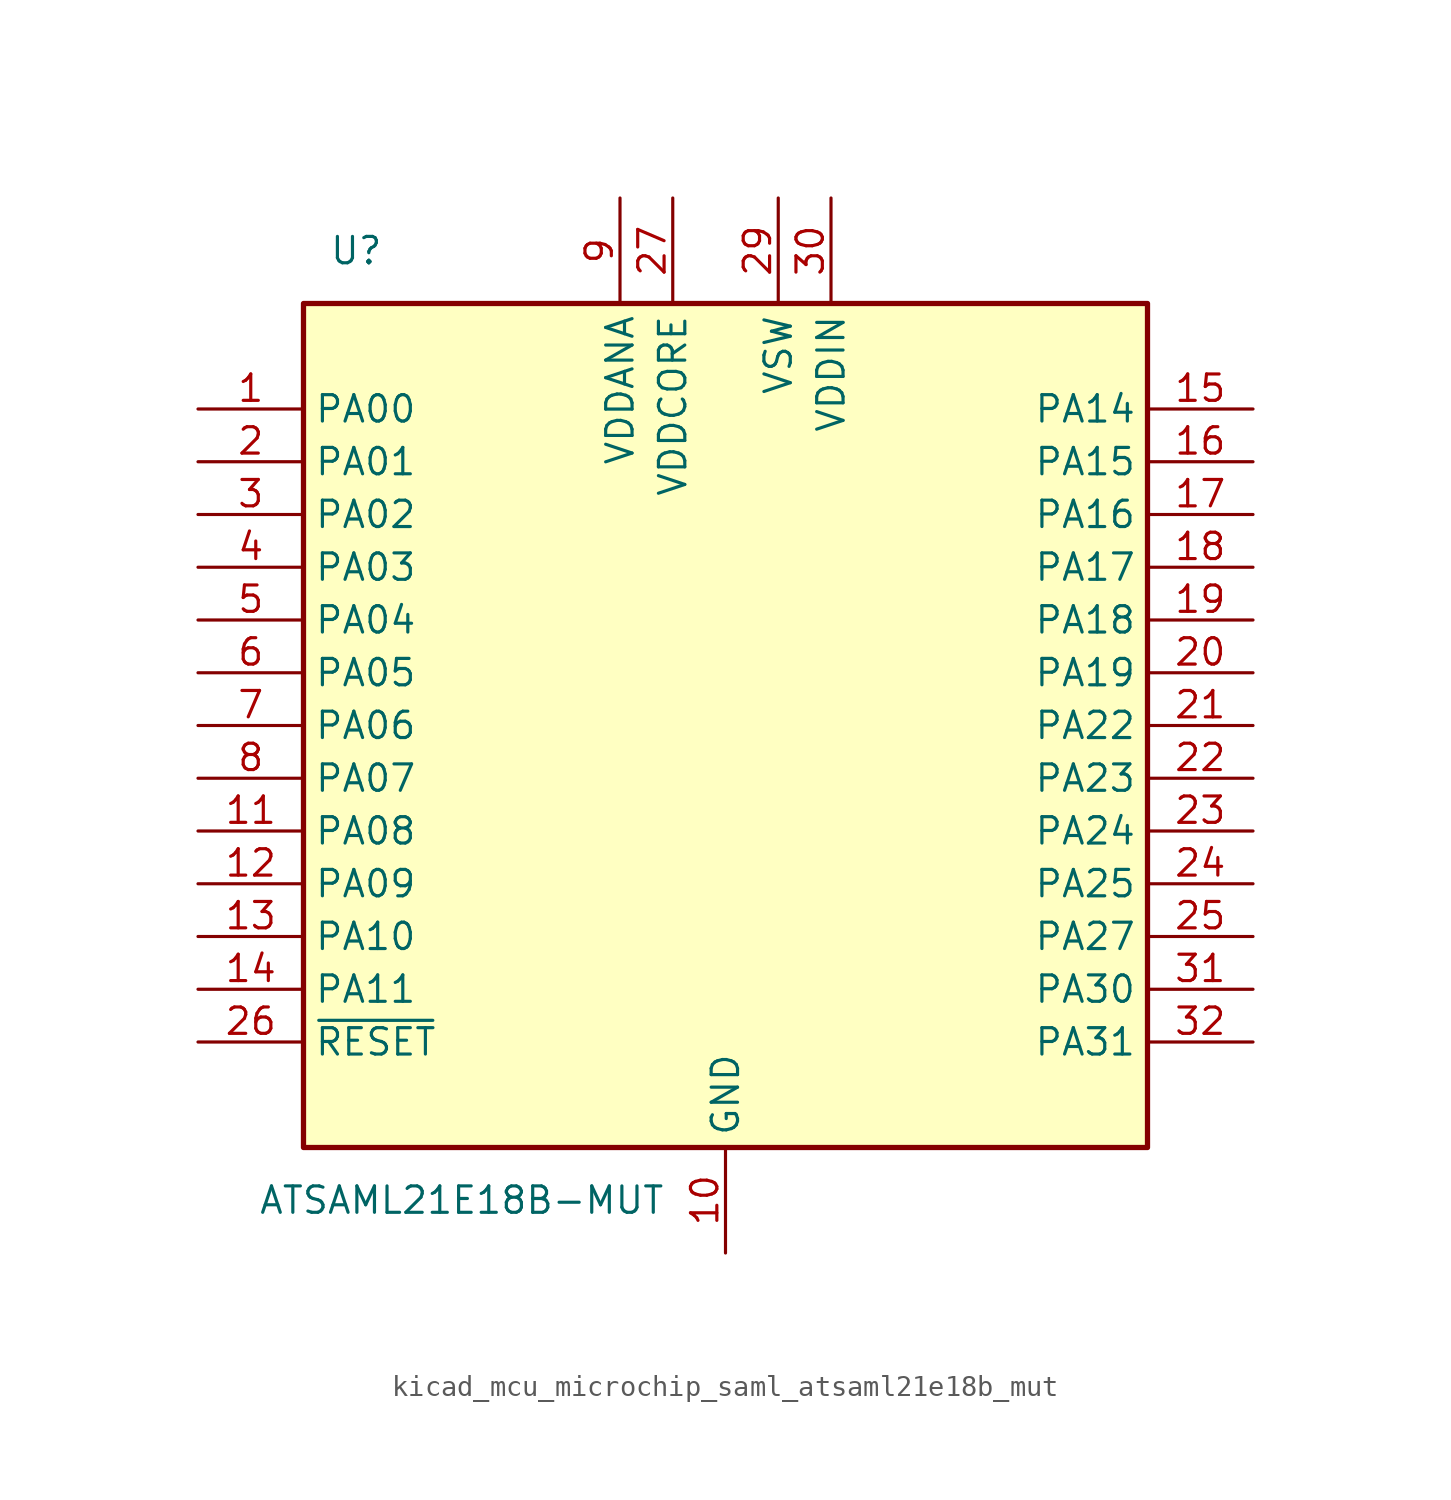
<source format=kicad_sym>
(kicad_symbol_lib
  (version 20220914)
  (generator kicad_symbol_editor)
  (symbol "kicad_mcu_microchip_saml_atsaml21e18b_mut"
    (property "Reference" "U"
      (at -17.78 22.86 0)
      (effects (font (size 1.27 1.27))))
    (property "Value" "ATSAML21E18B-MUT"
      (at -12.7 -22.86 0)
      (effects (font (size 1.27 1.27))))
    (symbol "kicad_mcu_microchip_saml_atsaml21e18b_mut_0_1"
      (rectangle (start -20.32 20.32) (end 20.32 -20.32) (stroke (width 0.254) (type default)) (fill (type background))))
    (symbol "kicad_mcu_microchip_saml_atsaml21e18b_mut_1_1"
      (pin bidirectional line (at -25.4 15.24 0) (length 5.08) (name "PA00" (effects (font (size 1.27 1.27)))) (number "1" (effects (font (size 1.27 1.27)))))
      (pin power_in line (at 0 -25.4 90) (length 5.08) (name "GND" (effects (font (size 1.27 1.27)))) (number "10" (effects (font (size 1.27 1.27)))))
      (pin bidirectional line (at -25.4 -5.08 0) (length 5.08) (name "PA08" (effects (font (size 1.27 1.27)))) (number "11" (effects (font (size 1.27 1.27)))))
      (pin bidirectional line (at -25.4 -7.62 0) (length 5.08) (name "PA09" (effects (font (size 1.27 1.27)))) (number "12" (effects (font (size 1.27 1.27)))))
      (pin bidirectional line (at -25.4 -10.16 0) (length 5.08) (name "PA10" (effects (font (size 1.27 1.27)))) (number "13" (effects (font (size 1.27 1.27)))))
      (pin bidirectional line (at -25.4 -12.7 0) (length 5.08) (name "PA11" (effects (font (size 1.27 1.27)))) (number "14" (effects (font (size 1.27 1.27)))))
      (pin bidirectional line (at 25.4 15.24 180) (length 5.08) (name "PA14" (effects (font (size 1.27 1.27)))) (number "15" (effects (font (size 1.27 1.27)))))
      (pin bidirectional line (at 25.4 12.7 180) (length 5.08) (name "PA15" (effects (font (size 1.27 1.27)))) (number "16" (effects (font (size 1.27 1.27)))))
      (pin bidirectional line (at 25.4 10.16 180) (length 5.08) (name "PA16" (effects (font (size 1.27 1.27)))) (number "17" (effects (font (size 1.27 1.27)))))
      (pin bidirectional line (at 25.4 7.62 180) (length 5.08) (name "PA17" (effects (font (size 1.27 1.27)))) (number "18" (effects (font (size 1.27 1.27)))))
      (pin bidirectional line (at 25.4 5.08 180) (length 5.08) (name "PA18" (effects (font (size 1.27 1.27)))) (number "19" (effects (font (size 1.27 1.27)))))
      (pin bidirectional line (at -25.4 12.7 0) (length 5.08) (name "PA01" (effects (font (size 1.27 1.27)))) (number "2" (effects (font (size 1.27 1.27)))))
      (pin bidirectional line (at 25.4 2.54 180) (length 5.08) (name "PA19" (effects (font (size 1.27 1.27)))) (number "20" (effects (font (size 1.27 1.27)))))
      (pin bidirectional line (at 25.4 0 180) (length 5.08) (name "PA22" (effects (font (size 1.27 1.27)))) (number "21" (effects (font (size 1.27 1.27)))))
      (pin bidirectional line (at 25.4 -2.54 180) (length 5.08) (name "PA23" (effects (font (size 1.27 1.27)))) (number "22" (effects (font (size 1.27 1.27)))))
      (pin bidirectional line (at 25.4 -5.08 180) (length 5.08) (name "PA24" (effects (font (size 1.27 1.27)))) (number "23" (effects (font (size 1.27 1.27)))))
      (pin bidirectional line (at 25.4 -7.62 180) (length 5.08) (name "PA25" (effects (font (size 1.27 1.27)))) (number "24" (effects (font (size 1.27 1.27)))))
      (pin bidirectional line (at 25.4 -10.16 180) (length 5.08) (name "PA27" (effects (font (size 1.27 1.27)))) (number "25" (effects (font (size 1.27 1.27)))))
      (pin input line (at -25.4 -15.24 0) (length 5.08) (name "~{RESET}" (effects (font (size 1.27 1.27)))) (number "26" (effects (font (size 1.27 1.27)))))
      (pin power_in line (at -2.54 25.4 270) (length 5.08) (name "VDDCORE" (effects (font (size 1.27 1.27)))) (number "27" (effects (font (size 1.27 1.27)))))
      (pin passive line (at 0 -25.4 90) (length 5.08) hide (name "GND" (effects (font (size 1.27 1.27)))) (number "28" (effects (font (size 1.27 1.27)))))
      (pin power_out line (at 2.54 25.4 270) (length 5.08) (name "VSW" (effects (font (size 1.27 1.27)))) (number "29" (effects (font (size 1.27 1.27)))))
      (pin bidirectional line (at -25.4 10.16 0) (length 5.08) (name "PA02" (effects (font (size 1.27 1.27)))) (number "3" (effects (font (size 1.27 1.27)))))
      (pin power_in line (at 5.08 25.4 270) (length 5.08) (name "VDDIN" (effects (font (size 1.27 1.27)))) (number "30" (effects (font (size 1.27 1.27)))))
      (pin bidirectional line (at 25.4 -12.7 180) (length 5.08) (name "PA30" (effects (font (size 1.27 1.27)))) (number "31" (effects (font (size 1.27 1.27)))))
      (pin bidirectional line (at 25.4 -15.24 180) (length 5.08) (name "PA31" (effects (font (size 1.27 1.27)))) (number "32" (effects (font (size 1.27 1.27)))))
      (pin bidirectional line (at -25.4 7.62 0) (length 5.08) (name "PA03" (effects (font (size 1.27 1.27)))) (number "4" (effects (font (size 1.27 1.27)))))
      (pin bidirectional line (at -25.4 5.08 0) (length 5.08) (name "PA04" (effects (font (size 1.27 1.27)))) (number "5" (effects (font (size 1.27 1.27)))))
      (pin bidirectional line (at -25.4 2.54 0) (length 5.08) (name "PA05" (effects (font (size 1.27 1.27)))) (number "6" (effects (font (size 1.27 1.27)))))
      (pin bidirectional line (at -25.4 0 0) (length 5.08) (name "PA06" (effects (font (size 1.27 1.27)))) (number "7" (effects (font (size 1.27 1.27)))))
      (pin bidirectional line (at -25.4 -2.54 0) (length 5.08) (name "PA07" (effects (font (size 1.27 1.27)))) (number "8" (effects (font (size 1.27 1.27)))))
      (pin power_in line (at -5.08 25.4 270) (length 5.08) (name "VDDANA" (effects (font (size 1.27 1.27)))) (number "9" (effects (font (size 1.27 1.27))))))))
</source>
